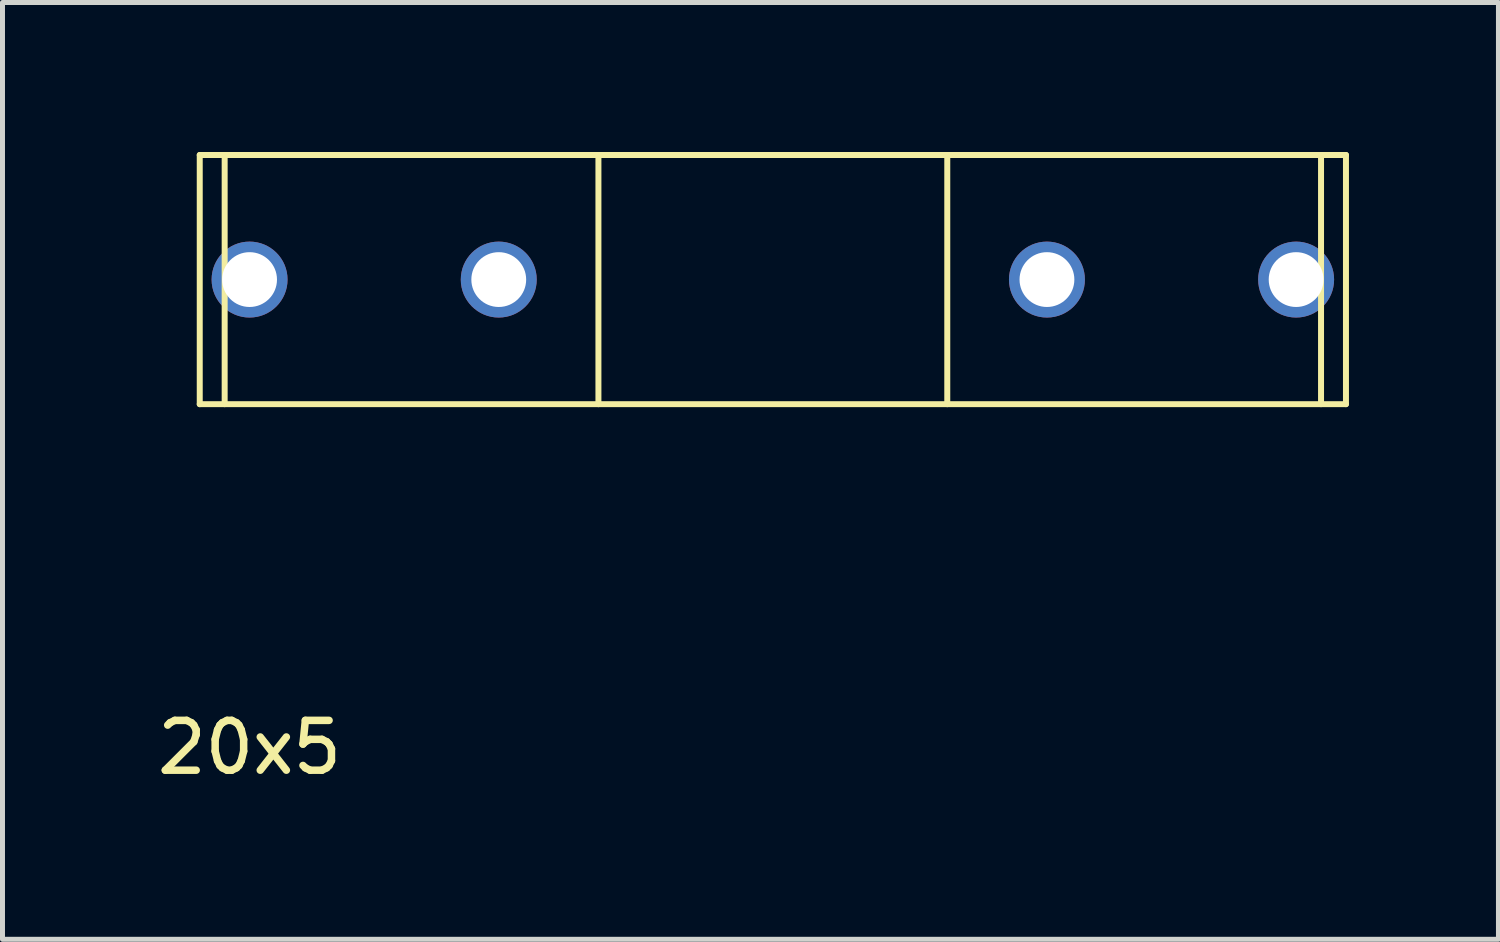
<source format=kicad_pcb>
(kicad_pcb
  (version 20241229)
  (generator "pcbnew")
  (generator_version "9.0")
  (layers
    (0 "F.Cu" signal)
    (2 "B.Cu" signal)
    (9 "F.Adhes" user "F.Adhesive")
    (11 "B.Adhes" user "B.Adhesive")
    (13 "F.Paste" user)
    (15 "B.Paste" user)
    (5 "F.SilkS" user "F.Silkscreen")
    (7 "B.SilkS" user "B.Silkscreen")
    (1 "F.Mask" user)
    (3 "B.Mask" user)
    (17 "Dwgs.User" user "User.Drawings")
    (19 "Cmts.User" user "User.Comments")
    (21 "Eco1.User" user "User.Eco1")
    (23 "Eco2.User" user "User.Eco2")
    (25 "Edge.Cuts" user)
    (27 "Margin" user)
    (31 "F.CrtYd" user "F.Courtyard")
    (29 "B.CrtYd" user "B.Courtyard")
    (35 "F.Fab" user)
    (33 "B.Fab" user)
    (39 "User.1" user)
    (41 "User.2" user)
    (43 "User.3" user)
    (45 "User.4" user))
  (footprint "20x5"
    (layer "F.Cu")
    (at 1.958 2.56)
    (property "Reference" "20x5" (at 0 9.39 0) (layer "F.SilkS") (effects (font (size 1 1) (thickness 0.15))))
    (attr through_hole)
    (fp_line (start -1 -2.5) (end -1 2.5) (stroke (width 0.12) (type solid)) (layer "F.SilkS"))
    (fp_line (start -1 -2.5) (end 22 -2.5) (stroke (width 0.12) (type solid)) (layer "F.SilkS"))
    (fp_line (start -1 2.5) (end 22 2.5) (stroke (width 0.12) (type solid)) (layer "F.SilkS"))
    (fp_line (start -0.5 -2.5) (end -0.5 2.5) (stroke (width 0.12) (type solid)) (layer "F.SilkS"))
    (fp_line (start 7 -2.5) (end 7 2.5) (stroke (width 0.12) (type solid)) (layer "F.SilkS"))
    (fp_line (start 14 -2.5) (end 14 2.5) (stroke (width 0.12) (type solid)) (layer "F.SilkS"))
    (fp_line (start 21.5 -2.5) (end 21.5 2.5) (stroke (width 0.12) (type solid)) (layer "F.SilkS"))
    (fp_line (start 22 -2.5) (end 22 2.5) (stroke (width 0.12) (type solid)) (layer "F.SilkS"))
    (pad "1" thru_hole circle (at 0 0) (size 1.524 1.524) (drill 1.1) (layers "*.Cu" "*.Mask"))
    (pad "1" thru_hole circle (at 5 0) (size 1.524 1.524) (drill 1.1) (layers "*.Cu" "*.Mask"))
    (pad "2" thru_hole circle (at 16 0) (size 1.524 1.524) (drill 1.1) (layers "*.Cu" "*.Mask"))
    (pad "2" thru_hole circle (at 21 0) (size 1.524 1.524) (drill 1.1) (layers "*.Cu" "*.Mask")))
  (gr_rect
    (start -3 -3)
    (end 27.018 15.798)
    (stroke (width 0.1) (type default))
    (fill no)
    (layer "Edge.Cuts")))
</source>
